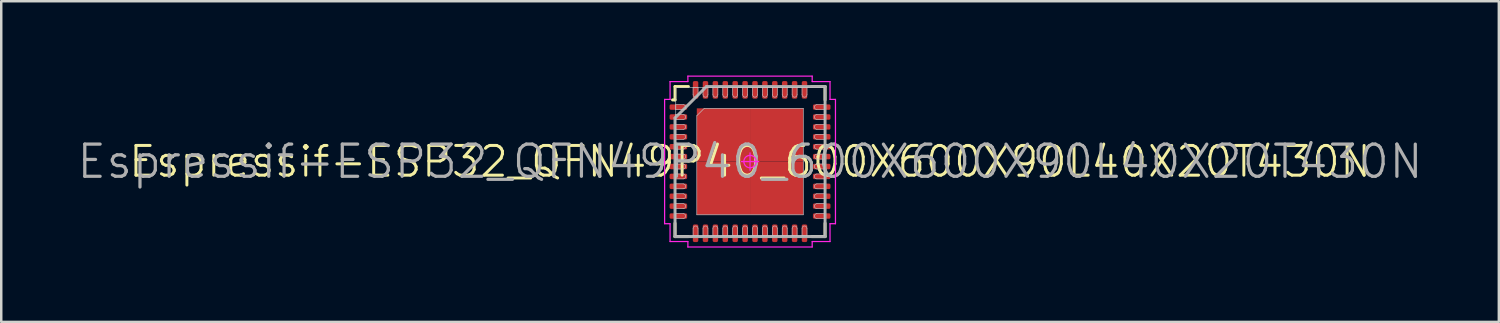
<source format=kicad_pcb>
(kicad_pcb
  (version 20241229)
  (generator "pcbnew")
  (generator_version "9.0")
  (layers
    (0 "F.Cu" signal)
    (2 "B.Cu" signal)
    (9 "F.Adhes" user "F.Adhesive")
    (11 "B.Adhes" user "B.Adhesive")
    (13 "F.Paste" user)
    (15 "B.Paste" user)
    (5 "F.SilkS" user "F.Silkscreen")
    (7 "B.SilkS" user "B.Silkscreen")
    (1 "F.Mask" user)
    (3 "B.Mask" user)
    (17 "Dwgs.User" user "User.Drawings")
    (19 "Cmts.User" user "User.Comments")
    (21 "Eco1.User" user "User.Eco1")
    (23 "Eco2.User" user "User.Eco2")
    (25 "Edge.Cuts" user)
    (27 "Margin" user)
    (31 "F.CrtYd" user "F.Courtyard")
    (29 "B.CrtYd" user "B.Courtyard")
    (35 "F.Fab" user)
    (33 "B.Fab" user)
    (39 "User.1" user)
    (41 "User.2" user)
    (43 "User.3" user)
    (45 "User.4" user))
  (footprint "Espressif-ESP32_QFN49P40_600X600X90L40X20T430N"
    (layer "F.Cu")
    (at 27.241 3.475)
    (property "Reference" "Espressif-ESP32_QFN49P40_600X600X90L40X20T430N" (at 0 0 0) (layer "F.SilkS") (effects (font (size 1.2 1.2) (thickness 0.12))))
    (attr smd)
    (fp_line (start -3.03 -3.03) (end -2.49 -3.03) (stroke (width 0.12) (type solid)) (layer "F.SilkS"))
    (fp_line (start -3.03 -2.49) (end -3.13 -2.49) (stroke (width 0.12) (type solid)) (layer "F.SilkS"))
    (fp_line (start -3.03 -2.49) (end -3.03 -3.03) (stroke (width 0.12) (type solid)) (layer "F.SilkS"))
    (fp_line (start -3.03 2.49) (end -3.03 3.03) (stroke (width 0.12) (type solid)) (layer "F.SilkS"))
    (fp_line (start -3.03 3.03) (end -2.49 3.03) (stroke (width 0.12) (type solid)) (layer "F.SilkS"))
    (fp_line (start 3.03 -3.03) (end 2.49 -3.03) (stroke (width 0.12) (type solid)) (layer "F.SilkS"))
    (fp_line (start 3.03 -2.49) (end 3.03 -3.03) (stroke (width 0.12) (type solid)) (layer "F.SilkS"))
    (fp_line (start 3.03 2.49) (end 3.03 3.03) (stroke (width 0.12) (type solid)) (layer "F.SilkS"))
    (fp_line (start 3.03 3.03) (end 2.49 3.03) (stroke (width 0.12) (type solid)) (layer "F.SilkS"))
    (fp_line (start -3 -3) (end 3 -3) (stroke (width 0.025) (type solid)) (layer "Dwgs.User"))
    (fp_line (start -3 -2.3) (end -3 -2.1) (stroke (width 0.025) (type solid)) (layer "Dwgs.User"))
    (fp_line (start -3 -2.1) (end -2.7 -2.1) (stroke (width 0.025) (type solid)) (layer "Dwgs.User"))
    (fp_line (start -3 -1.9) (end -3 -1.7) (stroke (width 0.025) (type solid)) (layer "Dwgs.User"))
    (fp_line (start -3 -1.7) (end -2.7 -1.7) (stroke (width 0.025) (type solid)) (layer "Dwgs.User"))
    (fp_line (start -3 -1.5) (end -3 -1.3) (stroke (width 0.025) (type solid)) (layer "Dwgs.User"))
    (fp_line (start -3 -1.3) (end -2.7 -1.3) (stroke (width 0.025) (type solid)) (layer "Dwgs.User"))
    (fp_line (start -3 -1.1) (end -3 -0.9) (stroke (width 0.025) (type solid)) (layer "Dwgs.User"))
    (fp_line (start -3 -0.9) (end -2.7 -0.9) (stroke (width 0.025) (type solid)) (layer "Dwgs.User"))
    (fp_line (start -3 -0.7) (end -3 -0.5) (stroke (width 0.025) (type solid)) (layer "Dwgs.User"))
    (fp_line (start -3 -0.5) (end -2.7 -0.5) (stroke (width 0.025) (type solid)) (layer "Dwgs.User"))
    (fp_line (start -3 -0.3) (end -3 -0.1) (stroke (width 0.025) (type solid)) (layer "Dwgs.User"))
    (fp_line (start -3 -0.1) (end -2.7 -0.1) (stroke (width 0.025) (type solid)) (layer "Dwgs.User"))
    (fp_line (start -3 0.1) (end -3 0.3) (stroke (width 0.025) (type solid)) (layer "Dwgs.User"))
    (fp_line (start -3 0.3) (end -2.7 0.3) (stroke (width 0.025) (type solid)) (layer "Dwgs.User"))
    (fp_line (start -3 0.5) (end -3 0.7) (stroke (width 0.025) (type solid)) (layer "Dwgs.User"))
    (fp_line (start -3 0.7) (end -2.7 0.7) (stroke (width 0.025) (type solid)) (layer "Dwgs.User"))
    (fp_line (start -3 0.9) (end -3 1.1) (stroke (width 0.025) (type solid)) (layer "Dwgs.User"))
    (fp_line (start -3 1.1) (end -2.7 1.1) (stroke (width 0.025) (type solid)) (layer "Dwgs.User"))
    (fp_line (start -3 1.3) (end -3 1.5) (stroke (width 0.025) (type solid)) (layer "Dwgs.User"))
    (fp_line (start -3 1.5) (end -2.7 1.5) (stroke (width 0.025) (type solid)) (layer "Dwgs.User"))
    (fp_line (start -3 1.7) (end -3 1.9) (stroke (width 0.025) (type solid)) (layer "Dwgs.User"))
    (fp_line (start -3 1.9) (end -2.7 1.9) (stroke (width 0.025) (type solid)) (layer "Dwgs.User"))
    (fp_line (start -3 2.1) (end -3 2.3) (stroke (width 0.025) (type solid)) (layer "Dwgs.User"))
    (fp_line (start -3 2.3) (end -2.7 2.3) (stroke (width 0.025) (type solid)) (layer "Dwgs.User"))
    (fp_line (start -3 3) (end -3 -3) (stroke (width 0.025) (type solid)) (layer "Dwgs.User"))
    (fp_line (start -2.7 -2.3) (end -3 -2.3) (stroke (width 0.025) (type solid)) (layer "Dwgs.User"))
    (fp_line (start -2.7 -1.9) (end -3 -1.9) (stroke (width 0.025) (type solid)) (layer "Dwgs.User"))
    (fp_line (start -2.7 -1.5) (end -3 -1.5) (stroke (width 0.025) (type solid)) (layer "Dwgs.User"))
    (fp_line (start -2.7 -1.1) (end -3 -1.1) (stroke (width 0.025) (type solid)) (layer "Dwgs.User"))
    (fp_line (start -2.7 -0.7) (end -3 -0.7) (stroke (width 0.025) (type solid)) (layer "Dwgs.User"))
    (fp_line (start -2.7 -0.3) (end -3 -0.3) (stroke (width 0.025) (type solid)) (layer "Dwgs.User"))
    (fp_line (start -2.7 0.1) (end -3 0.1) (stroke (width 0.025) (type solid)) (layer "Dwgs.User"))
    (fp_line (start -2.7 0.5) (end -3 0.5) (stroke (width 0.025) (type solid)) (layer "Dwgs.User"))
    (fp_line (start -2.7 0.9) (end -3 0.9) (stroke (width 0.025) (type solid)) (layer "Dwgs.User"))
    (fp_line (start -2.7 1.3) (end -3 1.3) (stroke (width 0.025) (type solid)) (layer "Dwgs.User"))
    (fp_line (start -2.7 1.7) (end -3 1.7) (stroke (width 0.025) (type solid)) (layer "Dwgs.User"))
    (fp_line (start -2.7 2.1) (end -3 2.1) (stroke (width 0.025) (type solid)) (layer "Dwgs.User"))
    (fp_line (start -2.3 -3) (end -2.3 -2.7) (stroke (width 0.025) (type solid)) (layer "Dwgs.User"))
    (fp_line (start -2.3 2.7) (end -2.3 3) (stroke (width 0.025) (type solid)) (layer "Dwgs.User"))
    (fp_line (start -2.3 3) (end -2.1 3) (stroke (width 0.025) (type solid)) (layer "Dwgs.User"))
    (fp_line (start -2.15 -1.85) (end -2.15 2.15) (stroke (width 0.025) (type solid)) (layer "Dwgs.User"))
    (fp_line (start -2.15 2.15) (end 2.15 2.15) (stroke (width 0.025) (type solid)) (layer "Dwgs.User"))
    (fp_line (start -2.1 -3) (end -2.3 -3) (stroke (width 0.025) (type solid)) (layer "Dwgs.User"))
    (fp_line (start -2.1 -2.7) (end -2.1 -3) (stroke (width 0.025) (type solid)) (layer "Dwgs.User"))
    (fp_line (start -2.1 3) (end -2.1 2.7) (stroke (width 0.025) (type solid)) (layer "Dwgs.User"))
    (fp_line (start -1.9 -3) (end -1.9 -2.7) (stroke (width 0.025) (type solid)) (layer "Dwgs.User"))
    (fp_line (start -1.9 2.7) (end -1.9 3) (stroke (width 0.025) (type solid)) (layer "Dwgs.User"))
    (fp_line (start -1.9 3) (end -1.7 3) (stroke (width 0.025) (type solid)) (layer "Dwgs.User"))
    (fp_line (start -1.85 -2.15) (end -2.15 -1.85) (stroke (width 0.025) (type solid)) (layer "Dwgs.User"))
    (fp_line (start -1.7 -3) (end -1.9 -3) (stroke (width 0.025) (type solid)) (layer "Dwgs.User"))
    (fp_line (start -1.7 -2.7) (end -1.7 -3) (stroke (width 0.025) (type solid)) (layer "Dwgs.User"))
    (fp_line (start -1.7 3) (end -1.7 2.7) (stroke (width 0.025) (type solid)) (layer "Dwgs.User"))
    (fp_line (start -1.5 -3) (end -1.5 -2.7) (stroke (width 0.025) (type solid)) (layer "Dwgs.User"))
    (fp_line (start -1.5 2.7) (end -1.5 3) (stroke (width 0.025) (type solid)) (layer "Dwgs.User"))
    (fp_line (start -1.5 3) (end -1.3 3) (stroke (width 0.025) (type solid)) (layer "Dwgs.User"))
    (fp_line (start -1.3 -3) (end -1.5 -3) (stroke (width 0.025) (type solid)) (layer "Dwgs.User"))
    (fp_line (start -1.3 -2.7) (end -1.3 -3) (stroke (width 0.025) (type solid)) (layer "Dwgs.User"))
    (fp_line (start -1.3 3) (end -1.3 2.7) (stroke (width 0.025) (type solid)) (layer "Dwgs.User"))
    (fp_line (start -1.1 -3) (end -1.1 -2.7) (stroke (width 0.025) (type solid)) (layer "Dwgs.User"))
    (fp_line (start -1.1 2.7) (end -1.1 3) (stroke (width 0.025) (type solid)) (layer "Dwgs.User"))
    (fp_line (start -1.1 3) (end -0.9 3) (stroke (width 0.025) (type solid)) (layer "Dwgs.User"))
    (fp_line (start -0.9 -3) (end -1.1 -3) (stroke (width 0.025) (type solid)) (layer "Dwgs.User"))
    (fp_line (start -0.9 -2.7) (end -0.9 -3) (stroke (width 0.025) (type solid)) (layer "Dwgs.User"))
    (fp_line (start -0.9 3) (end -0.9 2.7) (stroke (width 0.025) (type solid)) (layer "Dwgs.User"))
    (fp_line (start -0.7 -3) (end -0.7 -2.7) (stroke (width 0.025) (type solid)) (layer "Dwgs.User"))
    (fp_line (start -0.7 2.7) (end -0.7 3) (stroke (width 0.025) (type solid)) (layer "Dwgs.User"))
    (fp_line (start -0.7 3) (end -0.5 3) (stroke (width 0.025) (type solid)) (layer "Dwgs.User"))
    (fp_line (start -0.5 -3) (end -0.7 -3) (stroke (width 0.025) (type solid)) (layer "Dwgs.User"))
    (fp_line (start -0.5 -2.7) (end -0.5 -3) (stroke (width 0.025) (type solid)) (layer "Dwgs.User"))
    (fp_line (start -0.5 3) (end -0.5 2.7) (stroke (width 0.025) (type solid)) (layer "Dwgs.User"))
    (fp_line (start -0.3 -3) (end -0.3 -2.7) (stroke (width 0.025) (type solid)) (layer "Dwgs.User"))
    (fp_line (start -0.3 2.7) (end -0.3 3) (stroke (width 0.025) (type solid)) (layer "Dwgs.User"))
    (fp_line (start -0.3 3) (end -0.1 3) (stroke (width 0.025) (type solid)) (layer "Dwgs.User"))
    (fp_line (start -0.1 -3) (end -0.3 -3) (stroke (width 0.025) (type solid)) (layer "Dwgs.User"))
    (fp_line (start -0.1 -2.7) (end -0.1 -3) (stroke (width 0.025) (type solid)) (layer "Dwgs.User"))
    (fp_line (start -0.1 3) (end -0.1 2.7) (stroke (width 0.025) (type solid)) (layer "Dwgs.User"))
    (fp_line (start 0.1 -3) (end 0.1 -2.7) (stroke (width 0.025) (type solid)) (layer "Dwgs.User"))
    (fp_line (start 0.1 2.7) (end 0.1 3) (stroke (width 0.025) (type solid)) (layer "Dwgs.User"))
    (fp_line (start 0.1 3) (end 0.3 3) (stroke (width 0.025) (type solid)) (layer "Dwgs.User"))
    (fp_line (start 0.3 -3) (end 0.1 -3) (stroke (width 0.025) (type solid)) (layer "Dwgs.User"))
    (fp_line (start 0.3 -2.7) (end 0.3 -3) (stroke (width 0.025) (type solid)) (layer "Dwgs.User"))
    (fp_line (start 0.3 3) (end 0.3 2.7) (stroke (width 0.025) (type solid)) (layer "Dwgs.User"))
    (fp_line (start 0.5 -3) (end 0.5 -2.7) (stroke (width 0.025) (type solid)) (layer "Dwgs.User"))
    (fp_line (start 0.5 2.7) (end 0.5 3) (stroke (width 0.025) (type solid)) (layer "Dwgs.User"))
    (fp_line (start 0.5 3) (end 0.7 3) (stroke (width 0.025) (type solid)) (layer "Dwgs.User"))
    (fp_line (start 0.7 -3) (end 0.5 -3) (stroke (width 0.025) (type solid)) (layer "Dwgs.User"))
    (fp_line (start 0.7 -2.7) (end 0.7 -3) (stroke (width 0.025) (type solid)) (layer "Dwgs.User"))
    (fp_line (start 0.7 3) (end 0.7 2.7) (stroke (width 0.025) (type solid)) (layer "Dwgs.User"))
    (fp_line (start 0.9 -3) (end 0.9 -2.7) (stroke (width 0.025) (type solid)) (layer "Dwgs.User"))
    (fp_line (start 0.9 2.7) (end 0.9 3) (stroke (width 0.025) (type solid)) (layer "Dwgs.User"))
    (fp_line (start 0.9 3) (end 1.1 3) (stroke (width 0.025) (type solid)) (layer "Dwgs.User"))
    (fp_line (start 1.1 -3) (end 0.9 -3) (stroke (width 0.025) (type solid)) (layer "Dwgs.User"))
    (fp_line (start 1.1 -2.7) (end 1.1 -3) (stroke (width 0.025) (type solid)) (layer "Dwgs.User"))
    (fp_line (start 1.1 3) (end 1.1 2.7) (stroke (width 0.025) (type solid)) (layer "Dwgs.User"))
    (fp_line (start 1.3 -3) (end 1.3 -2.7) (stroke (width 0.025) (type solid)) (layer "Dwgs.User"))
    (fp_line (start 1.3 2.7) (end 1.3 3) (stroke (width 0.025) (type solid)) (layer "Dwgs.User"))
    (fp_line (start 1.3 3) (end 1.5 3) (stroke (width 0.025) (type solid)) (layer "Dwgs.User"))
    (fp_line (start 1.5 -3) (end 1.3 -3) (stroke (width 0.025) (type solid)) (layer "Dwgs.User"))
    (fp_line (start 1.5 -2.7) (end 1.5 -3) (stroke (width 0.025) (type solid)) (layer "Dwgs.User"))
    (fp_line (start 1.5 3) (end 1.5 2.7) (stroke (width 0.025) (type solid)) (layer "Dwgs.User"))
    (fp_line (start 1.7 -3) (end 1.7 -2.7) (stroke (width 0.025) (type solid)) (layer "Dwgs.User"))
    (fp_line (start 1.7 2.7) (end 1.7 3) (stroke (width 0.025) (type solid)) (layer "Dwgs.User"))
    (fp_line (start 1.7 3) (end 1.9 3) (stroke (width 0.025) (type solid)) (layer "Dwgs.User"))
    (fp_line (start 1.9 -3) (end 1.7 -3) (stroke (width 0.025) (type solid)) (layer "Dwgs.User"))
    (fp_line (start 1.9 -2.7) (end 1.9 -3) (stroke (width 0.025) (type solid)) (layer "Dwgs.User"))
    (fp_line (start 1.9 3) (end 1.9 2.7) (stroke (width 0.025) (type solid)) (layer "Dwgs.User"))
    (fp_line (start 2.1 -3) (end 2.1 -2.7) (stroke (width 0.025) (type solid)) (layer "Dwgs.User"))
    (fp_line (start 2.1 2.7) (end 2.1 3) (stroke (width 0.025) (type solid)) (layer "Dwgs.User"))
    (fp_line (start 2.1 3) (end 2.3 3) (stroke (width 0.025) (type solid)) (layer "Dwgs.User"))
    (fp_line (start 2.15 -2.15) (end -1.85 -2.15) (stroke (width 0.025) (type solid)) (layer "Dwgs.User"))
    (fp_line (start 2.15 2.15) (end 2.15 -2.15) (stroke (width 0.025) (type solid)) (layer "Dwgs.User"))
    (fp_line (start 2.3 -3) (end 2.1 -3) (stroke (width 0.025) (type solid)) (layer "Dwgs.User"))
    (fp_line (start 2.3 -2.7) (end 2.3 -3) (stroke (width 0.025) (type solid)) (layer "Dwgs.User"))
    (fp_line (start 2.3 3) (end 2.3 2.7) (stroke (width 0.025) (type solid)) (layer "Dwgs.User"))
    (fp_line (start 2.7 -2.1) (end 3 -2.1) (stroke (width 0.025) (type solid)) (layer "Dwgs.User"))
    (fp_line (start 2.7 -1.7) (end 3 -1.7) (stroke (width 0.025) (type solid)) (layer "Dwgs.User"))
    (fp_line (start 2.7 -1.3) (end 3 -1.3) (stroke (width 0.025) (type solid)) (layer "Dwgs.User"))
    (fp_line (start 2.7 -0.9) (end 3 -0.9) (stroke (width 0.025) (type solid)) (layer "Dwgs.User"))
    (fp_line (start 2.7 -0.5) (end 3 -0.5) (stroke (width 0.025) (type solid)) (layer "Dwgs.User"))
    (fp_line (start 2.7 -0.1) (end 3 -0.1) (stroke (width 0.025) (type solid)) (layer "Dwgs.User"))
    (fp_line (start 2.7 0.3) (end 3 0.3) (stroke (width 0.025) (type solid)) (layer "Dwgs.User"))
    (fp_line (start 2.7 0.7) (end 3 0.7) (stroke (width 0.025) (type solid)) (layer "Dwgs.User"))
    (fp_line (start 2.7 1.1) (end 3 1.1) (stroke (width 0.025) (type solid)) (layer "Dwgs.User"))
    (fp_line (start 2.7 1.5) (end 3 1.5) (stroke (width 0.025) (type solid)) (layer "Dwgs.User"))
    (fp_line (start 2.7 1.9) (end 3 1.9) (stroke (width 0.025) (type solid)) (layer "Dwgs.User"))
    (fp_line (start 2.7 2.3) (end 3 2.3) (stroke (width 0.025) (type solid)) (layer "Dwgs.User"))
    (fp_line (start 3 -3) (end 3 3) (stroke (width 0.025) (type solid)) (layer "Dwgs.User"))
    (fp_line (start 3 -2.3) (end 2.7 -2.3) (stroke (width 0.025) (type solid)) (layer "Dwgs.User"))
    (fp_line (start 3 -2.1) (end 3 -2.3) (stroke (width 0.025) (type solid)) (layer "Dwgs.User"))
    (fp_line (start 3 -1.9) (end 2.7 -1.9) (stroke (width 0.025) (type solid)) (layer "Dwgs.User"))
    (fp_line (start 3 -1.7) (end 3 -1.9) (stroke (width 0.025) (type solid)) (layer "Dwgs.User"))
    (fp_line (start 3 -1.5) (end 2.7 -1.5) (stroke (width 0.025) (type solid)) (layer "Dwgs.User"))
    (fp_line (start 3 -1.3) (end 3 -1.5) (stroke (width 0.025) (type solid)) (layer "Dwgs.User"))
    (fp_line (start 3 -1.1) (end 2.7 -1.1) (stroke (width 0.025) (type solid)) (layer "Dwgs.User"))
    (fp_line (start 3 -0.9) (end 3 -1.1) (stroke (width 0.025) (type solid)) (layer "Dwgs.User"))
    (fp_line (start 3 -0.7) (end 2.7 -0.7) (stroke (width 0.025) (type solid)) (layer "Dwgs.User"))
    (fp_line (start 3 -0.5) (end 3 -0.7) (stroke (width 0.025) (type solid)) (layer "Dwgs.User"))
    (fp_line (start 3 -0.3) (end 2.7 -0.3) (stroke (width 0.025) (type solid)) (layer "Dwgs.User"))
    (fp_line (start 3 -0.1) (end 3 -0.3) (stroke (width 0.025) (type solid)) (layer "Dwgs.User"))
    (fp_line (start 3 0.1) (end 2.7 0.1) (stroke (width 0.025) (type solid)) (layer "Dwgs.User"))
    (fp_line (start 3 0.3) (end 3 0.1) (stroke (width 0.025) (type solid)) (layer "Dwgs.User"))
    (fp_line (start 3 0.5) (end 2.7 0.5) (stroke (width 0.025) (type solid)) (layer "Dwgs.User"))
    (fp_line (start 3 0.7) (end 3 0.5) (stroke (width 0.025) (type solid)) (layer "Dwgs.User"))
    (fp_line (start 3 0.9) (end 2.7 0.9) (stroke (width 0.025) (type solid)) (layer "Dwgs.User"))
    (fp_line (start 3 1.1) (end 3 0.9) (stroke (width 0.025) (type solid)) (layer "Dwgs.User"))
    (fp_line (start 3 1.3) (end 2.7 1.3) (stroke (width 0.025) (type solid)) (layer "Dwgs.User"))
    (fp_line (start 3 1.5) (end 3 1.3) (stroke (width 0.025) (type solid)) (layer "Dwgs.User"))
    (fp_line (start 3 1.7) (end 2.7 1.7) (stroke (width 0.025) (type solid)) (layer "Dwgs.User"))
    (fp_line (start 3 1.9) (end 3 1.7) (stroke (width 0.025) (type solid)) (layer "Dwgs.User"))
    (fp_line (start 3 2.1) (end 2.7 2.1) (stroke (width 0.025) (type solid)) (layer "Dwgs.User"))
    (fp_line (start 3 2.3) (end 3 2.1) (stroke (width 0.025) (type solid)) (layer "Dwgs.User"))
    (fp_line (start 3 3) (end -3 3) (stroke (width 0.025) (type solid)) (layer "Dwgs.User"))
    (fp_arc (start -2.7 -2.3) (mid -2.6 -2.2) (end -2.7 -2.1) (stroke (width 0.025) (type solid)) (layer "Dwgs.User"))
    (fp_arc (start -2.7 -1.9) (mid -2.6 -1.8) (end -2.7 -1.7) (stroke (width 0.025) (type solid)) (layer "Dwgs.User"))
    (fp_arc (start -2.7 -1.5) (mid -2.6 -1.4) (end -2.7 -1.3) (stroke (width 0.025) (type solid)) (layer "Dwgs.User"))
    (fp_arc (start -2.7 -1.1) (mid -2.6 -1) (end -2.7 -0.9) (stroke (width 0.025) (type solid)) (layer "Dwgs.User"))
    (fp_arc (start -2.7 -0.7) (mid -2.6 -0.6) (end -2.7 -0.5) (stroke (width 0.025) (type solid)) (layer "Dwgs.User"))
    (fp_arc (start -2.7 -0.3) (mid -2.6 -0.2) (end -2.7 -0.1) (stroke (width 0.025) (type solid)) (layer "Dwgs.User"))
    (fp_arc (start -2.7 0.1) (mid -2.6 0.2) (end -2.7 0.3) (stroke (width 0.025) (type solid)) (layer "Dwgs.User"))
    (fp_arc (start -2.7 0.5) (mid -2.6 0.6) (end -2.7 0.7) (stroke (width 0.025) (type solid)) (layer "Dwgs.User"))
    (fp_arc (start -2.7 0.9) (mid -2.6 1) (end -2.7 1.1) (stroke (width 0.025) (type solid)) (layer "Dwgs.User"))
    (fp_arc (start -2.7 1.3) (mid -2.6 1.4) (end -2.7 1.5) (stroke (width 0.025) (type solid)) (layer "Dwgs.User"))
    (fp_arc (start -2.7 1.7) (mid -2.6 1.8) (end -2.7 1.9) (stroke (width 0.025) (type solid)) (layer "Dwgs.User"))
    (fp_arc (start -2.7 2.1) (mid -2.6 2.2) (end -2.7 2.3) (stroke (width 0.025) (type solid)) (layer "Dwgs.User"))
    (fp_arc (start -2.3 2.7) (mid -2.2 2.6) (end -2.1 2.7) (stroke (width 0.025) (type solid)) (layer "Dwgs.User"))
    (fp_arc (start -2.1 -2.7) (mid -2.2 -2.6) (end -2.3 -2.7) (stroke (width 0.025) (type solid)) (layer "Dwgs.User"))
    (fp_arc (start -1.9 2.7) (mid -1.8 2.6) (end -1.7 2.7) (stroke (width 0.025) (type solid)) (layer "Dwgs.User"))
    (fp_arc (start -1.7 -2.7) (mid -1.8 -2.6) (end -1.9 -2.7) (stroke (width 0.025) (type solid)) (layer "Dwgs.User"))
    (fp_arc (start -1.5 2.7) (mid -1.4 2.6) (end -1.3 2.7) (stroke (width 0.025) (type solid)) (layer "Dwgs.User"))
    (fp_arc (start -1.3 -2.7) (mid -1.4 -2.6) (end -1.5 -2.7) (stroke (width 0.025) (type solid)) (layer "Dwgs.User"))
    (fp_arc (start -1.1 2.7) (mid -1 2.6) (end -0.9 2.7) (stroke (width 0.025) (type solid)) (layer "Dwgs.User"))
    (fp_arc (start -0.9 -2.7) (mid -1 -2.6) (end -1.1 -2.7) (stroke (width 0.025) (type solid)) (layer "Dwgs.User"))
    (fp_arc (start -0.7 2.7) (mid -0.6 2.6) (end -0.5 2.7) (stroke (width 0.025) (type solid)) (layer "Dwgs.User"))
    (fp_arc (start -0.5 -2.7) (mid -0.6 -2.6) (end -0.7 -2.7) (stroke (width 0.025) (type solid)) (layer "Dwgs.User"))
    (fp_arc (start -0.3 2.7) (mid -0.2 2.6) (end -0.1 2.7) (stroke (width 0.025) (type solid)) (layer "Dwgs.User"))
    (fp_arc (start -0.1 -2.7) (mid -0.2 -2.6) (end -0.3 -2.7) (stroke (width 0.025) (type solid)) (layer "Dwgs.User"))
    (fp_arc (start 0.1 2.7) (mid 0.2 2.6) (end 0.3 2.7) (stroke (width 0.025) (type solid)) (layer "Dwgs.User"))
    (fp_arc (start 0.3 -2.7) (mid 0.2 -2.6) (end 0.1 -2.7) (stroke (width 0.025) (type solid)) (layer "Dwgs.User"))
    (fp_arc (start 0.5 2.7) (mid 0.6 2.6) (end 0.7 2.7) (stroke (width 0.025) (type solid)) (layer "Dwgs.User"))
    (fp_arc (start 0.7 -2.7) (mid 0.6 -2.6) (end 0.5 -2.7) (stroke (width 0.025) (type solid)) (layer "Dwgs.User"))
    (fp_arc (start 0.9 2.7) (mid 1 2.6) (end 1.1 2.7) (stroke (width 0.025) (type solid)) (layer "Dwgs.User"))
    (fp_arc (start 1.1 -2.7) (mid 1 -2.6) (end 0.9 -2.7) (stroke (width 0.025) (type solid)) (layer "Dwgs.User"))
    (fp_arc (start 1.3 2.7) (mid 1.4 2.6) (end 1.5 2.7) (stroke (width 0.025) (type solid)) (layer "Dwgs.User"))
    (fp_arc (start 1.5 -2.7) (mid 1.4 -2.6) (end 1.3 -2.7) (stroke (width 0.025) (type solid)) (layer "Dwgs.User"))
    (fp_arc (start 1.7 2.7) (mid 1.8 2.6) (end 1.9 2.7) (stroke (width 0.025) (type solid)) (layer "Dwgs.User"))
    (fp_arc (start 1.9 -2.7) (mid 1.8 -2.6) (end 1.7 -2.7) (stroke (width 0.025) (type solid)) (layer "Dwgs.User"))
    (fp_arc (start 2.1 2.7) (mid 2.2 2.6) (end 2.3 2.7) (stroke (width 0.025) (type solid)) (layer "Dwgs.User"))
    (fp_arc (start 2.3 -2.7) (mid 2.2 -2.6) (end 2.1 -2.7) (stroke (width 0.025) (type solid)) (layer "Dwgs.User"))
    (fp_arc (start 2.7 -2.1) (mid 2.6 -2.2) (end 2.7 -2.3) (stroke (width 0.025) (type solid)) (layer "Dwgs.User"))
    (fp_arc (start 2.7 -1.7) (mid 2.6 -1.8) (end 2.7 -1.9) (stroke (width 0.025) (type solid)) (layer "Dwgs.User"))
    (fp_arc (start 2.7 -1.3) (mid 2.6 -1.4) (end 2.7 -1.5) (stroke (width 0.025) (type solid)) (layer "Dwgs.User"))
    (fp_arc (start 2.7 -0.9) (mid 2.6 -1) (end 2.7 -1.1) (stroke (width 0.025) (type solid)) (layer "Dwgs.User"))
    (fp_arc (start 2.7 -0.5) (mid 2.6 -0.6) (end 2.7 -0.7) (stroke (width 0.025) (type solid)) (layer "Dwgs.User"))
    (fp_arc (start 2.7 -0.1) (mid 2.6 -0.2) (end 2.7 -0.3) (stroke (width 0.025) (type solid)) (layer "Dwgs.User"))
    (fp_arc (start 2.7 0.3) (mid 2.6 0.2) (end 2.7 0.1) (stroke (width 0.025) (type solid)) (layer "Dwgs.User"))
    (fp_arc (start 2.7 0.7) (mid 2.6 0.6) (end 2.7 0.5) (stroke (width 0.025) (type solid)) (layer "Dwgs.User"))
    (fp_arc (start 2.7 1.1) (mid 2.6 1) (end 2.7 0.9) (stroke (width 0.025) (type solid)) (layer "Dwgs.User"))
    (fp_arc (start 2.7 1.5) (mid 2.6 1.4) (end 2.7 1.3) (stroke (width 0.025) (type solid)) (layer "Dwgs.User"))
    (fp_arc (start 2.7 1.9) (mid 2.6 1.8) (end 2.7 1.7) (stroke (width 0.025) (type solid)) (layer "Dwgs.User"))
    (fp_arc (start 2.7 2.3) (mid 2.6 2.2) (end 2.7 2.1) (stroke (width 0.025) (type solid)) (layer "Dwgs.User"))
    (fp_line (start -3.45 -2.51) (end -3.45 2.51) (stroke (width 0.05) (type solid)) (layer "F.CrtYd"))
    (fp_line (start -3.45 2.51) (end -3.23 2.51) (stroke (width 0.05) (type solid)) (layer "F.CrtYd"))
    (fp_line (start -3.23 -3.23) (end -3.23 -2.51) (stroke (width 0.05) (type solid)) (layer "F.CrtYd"))
    (fp_line (start -3.23 -2.51) (end -3.45 -2.51) (stroke (width 0.05) (type solid)) (layer "F.CrtYd"))
    (fp_line (start -3.23 2.51) (end -3.23 3.23) (stroke (width 0.05) (type solid)) (layer "F.CrtYd"))
    (fp_line (start -3.23 3.23) (end -2.51 3.23) (stroke (width 0.05) (type solid)) (layer "F.CrtYd"))
    (fp_line (start -2.51 -3.45) (end -2.51 -3.23) (stroke (width 0.05) (type solid)) (layer "F.CrtYd"))
    (fp_line (start -2.51 -3.23) (end -3.23 -3.23) (stroke (width 0.05) (type solid)) (layer "F.CrtYd"))
    (fp_line (start -2.51 3.23) (end -2.51 3.45) (stroke (width 0.05) (type solid)) (layer "F.CrtYd"))
    (fp_line (start -2.51 3.45) (end 2.51 3.45) (stroke (width 0.05) (type solid)) (layer "F.CrtYd"))
    (fp_line (start 0 -0.35) (end 0 0.35) (stroke (width 0.05) (type solid)) (layer "F.CrtYd"))
    (fp_line (start 0.35 0) (end -0.35 0) (stroke (width 0.05) (type solid)) (layer "F.CrtYd"))
    (fp_line (start 2.51 -3.45) (end -2.51 -3.45) (stroke (width 0.05) (type solid)) (layer "F.CrtYd"))
    (fp_line (start 2.51 -3.23) (end 2.51 -3.45) (stroke (width 0.05) (type solid)) (layer "F.CrtYd"))
    (fp_line (start 2.51 3.23) (end 3.23 3.23) (stroke (width 0.05) (type solid)) (layer "F.CrtYd"))
    (fp_line (start 2.51 3.45) (end 2.51 3.23) (stroke (width 0.05) (type solid)) (layer "F.CrtYd"))
    (fp_line (start 3.23 -3.23) (end 2.51 -3.23) (stroke (width 0.05) (type solid)) (layer "F.CrtYd"))
    (fp_line (start 3.23 -2.51) (end 3.23 -3.23) (stroke (width 0.05) (type solid)) (layer "F.CrtYd"))
    (fp_line (start 3.23 2.51) (end 3.45 2.51) (stroke (width 0.05) (type solid)) (layer "F.CrtYd"))
    (fp_line (start 3.23 3.23) (end 3.23 2.51) (stroke (width 0.05) (type solid)) (layer "F.CrtYd"))
    (fp_line (start 3.45 -2.51) (end 3.23 -2.51) (stroke (width 0.05) (type solid)) (layer "F.CrtYd"))
    (fp_line (start 3.45 2.51) (end 3.45 -2.51) (stroke (width 0.05) (type solid)) (layer "F.CrtYd"))
    (fp_circle (center 0 0) (end 0 0.25) (stroke (width 0.05) (type solid)) (fill no) (layer "F.CrtYd"))
    (fp_line (start -3.03 -1.76) (end -1.76 -3.03) (stroke (width 0.12) (type solid)) (layer "F.Fab"))
    (fp_line (start -3.03 3.03) (end -3.03 -1.76) (stroke (width 0.12) (type solid)) (layer "F.Fab"))
    (fp_line (start -1.76 -3.03) (end 3.03 -3.03) (stroke (width 0.12) (type solid)) (layer "F.Fab"))
    (fp_line (start 3.03 -3.03) (end 3.03 3.03) (stroke (width 0.12) (type solid)) (layer "F.Fab"))
    (fp_line (start 3.03 3.03) (end -3.03 3.03) (stroke (width 0.12) (type solid)) (layer "F.Fab"))
    (fp_text user "${REFERENCE}" (at 0 0 0) (layer "F.Fab") (effects (font (size 1.3 1.3) (thickness 0.13))))
    (pad "" smd rect (at -1.075 -1.075) (size 1.52 1.52) (layers "F.Paste"))
    (pad "" smd rect (at -1.075 1.075) (size 1.52 1.52) (layers "F.Paste"))
    (pad "" smd rect (at 1.075 -1.075) (size 1.52 1.52) (layers "F.Paste"))
    (pad "" smd rect (at 1.075 1.075) (size 1.52 1.52) (layers "F.Paste"))
    (pad "1" smd roundrect (at -2.895 -2.2) (size 0.71 0.22) (layers "F.Cu" "F.Mask" "F.Paste") (roundrect_rratio 0.273))
    (pad "2" smd roundrect (at -2.895 -1.8) (size 0.71 0.22) (layers "F.Cu" "F.Mask" "F.Paste") (roundrect_rratio 0.273))
    (pad "3" smd roundrect (at -2.895 -1.4) (size 0.71 0.22) (layers "F.Cu" "F.Mask" "F.Paste") (roundrect_rratio 0.273))
    (pad "4" smd roundrect (at -2.895 -1) (size 0.71 0.22) (layers "F.Cu" "F.Mask" "F.Paste") (roundrect_rratio 0.273))
    (pad "5" smd roundrect (at -2.895 -0.6) (size 0.71 0.22) (layers "F.Cu" "F.Mask" "F.Paste") (roundrect_rratio 0.273))
    (pad "6" smd roundrect (at -2.895 -0.2) (size 0.71 0.22) (layers "F.Cu" "F.Mask" "F.Paste") (roundrect_rratio 0.273))
    (pad "7" smd roundrect (at -2.895 0.2) (size 0.71 0.22) (layers "F.Cu" "F.Mask" "F.Paste") (roundrect_rratio 0.273))
    (pad "8" smd roundrect (at -2.895 0.6) (size 0.71 0.22) (layers "F.Cu" "F.Mask" "F.Paste") (roundrect_rratio 0.273))
    (pad "9" smd roundrect (at -2.895 1) (size 0.71 0.22) (layers "F.Cu" "F.Mask" "F.Paste") (roundrect_rratio 0.273))
    (pad "10" smd roundrect (at -2.895 1.4) (size 0.71 0.22) (layers "F.Cu" "F.Mask" "F.Paste") (roundrect_rratio 0.273))
    (pad "11" smd roundrect (at -2.895 1.8) (size 0.71 0.22) (layers "F.Cu" "F.Mask" "F.Paste") (roundrect_rratio 0.273))
    (pad "12" smd roundrect (at -2.895 2.2) (size 0.71 0.22) (layers "F.Cu" "F.Mask" "F.Paste") (roundrect_rratio 0.273))
    (pad "13" smd roundrect (at -2.2 2.895 90) (size 0.71 0.22) (layers "F.Cu" "F.Mask" "F.Paste") (roundrect_rratio 0.273))
    (pad "14" smd roundrect (at -1.8 2.895 90) (size 0.71 0.22) (layers "F.Cu" "F.Mask" "F.Paste") (roundrect_rratio 0.273))
    (pad "15" smd roundrect (at -1.4 2.895 90) (size 0.71 0.22) (layers "F.Cu" "F.Mask" "F.Paste") (roundrect_rratio 0.273))
    (pad "16" smd roundrect (at -1 2.895 90) (size 0.71 0.22) (layers "F.Cu" "F.Mask" "F.Paste") (roundrect_rratio 0.273))
    (pad "17" smd roundrect (at -0.6 2.895 90) (size 0.71 0.22) (layers "F.Cu" "F.Mask" "F.Paste") (roundrect_rratio 0.273))
    (pad "18" smd roundrect (at -0.2 2.895 90) (size 0.71 0.22) (layers "F.Cu" "F.Mask" "F.Paste") (roundrect_rratio 0.273))
    (pad "19" smd roundrect (at 0.2 2.895 90) (size 0.71 0.22) (layers "F.Cu" "F.Mask" "F.Paste") (roundrect_rratio 0.273))
    (pad "20" smd roundrect (at 0.6 2.895 90) (size 0.71 0.22) (layers "F.Cu" "F.Mask" "F.Paste") (roundrect_rratio 0.273))
    (pad "21" smd roundrect (at 1 2.895 90) (size 0.71 0.22) (layers "F.Cu" "F.Mask" "F.Paste") (roundrect_rratio 0.273))
    (pad "22" smd roundrect (at 1.4 2.895 90) (size 0.71 0.22) (layers "F.Cu" "F.Mask" "F.Paste") (roundrect_rratio 0.273))
    (pad "23" smd roundrect (at 1.8 2.895 90) (size 0.71 0.22) (layers "F.Cu" "F.Mask" "F.Paste") (roundrect_rratio 0.273))
    (pad "24" smd roundrect (at 2.2 2.895 90) (size 0.71 0.22) (layers "F.Cu" "F.Mask" "F.Paste") (roundrect_rratio 0.273))
    (pad "25" smd roundrect (at 2.895 2.2) (size 0.71 0.22) (layers "F.Cu" "F.Mask" "F.Paste") (roundrect_rratio 0.273))
    (pad "26" smd roundrect (at 2.895 1.8) (size 0.71 0.22) (layers "F.Cu" "F.Mask" "F.Paste") (roundrect_rratio 0.273))
    (pad "27" smd roundrect (at 2.895 1.4) (size 0.71 0.22) (layers "F.Cu" "F.Mask" "F.Paste") (roundrect_rratio 0.273))
    (pad "28" smd roundrect (at 2.895 1) (size 0.71 0.22) (layers "F.Cu" "F.Mask" "F.Paste") (roundrect_rratio 0.273))
    (pad "29" smd roundrect (at 2.895 0.6) (size 0.71 0.22) (layers "F.Cu" "F.Mask" "F.Paste") (roundrect_rratio 0.273))
    (pad "30" smd roundrect (at 2.895 0.2) (size 0.71 0.22) (layers "F.Cu" "F.Mask" "F.Paste") (roundrect_rratio 0.273))
    (pad "31" smd roundrect (at 2.895 -0.2) (size 0.71 0.22) (layers "F.Cu" "F.Mask" "F.Paste") (roundrect_rratio 0.273))
    (pad "32" smd roundrect (at 2.895 -0.6) (size 0.71 0.22) (layers "F.Cu" "F.Mask" "F.Paste") (roundrect_rratio 0.273))
    (pad "33" smd roundrect (at 2.895 -1) (size 0.71 0.22) (layers "F.Cu" "F.Mask" "F.Paste") (roundrect_rratio 0.273))
    (pad "34" smd roundrect (at 2.895 -1.4) (size 0.71 0.22) (layers "F.Cu" "F.Mask" "F.Paste") (roundrect_rratio 0.273))
    (pad "35" smd roundrect (at 2.895 -1.8) (size 0.71 0.22) (layers "F.Cu" "F.Mask" "F.Paste") (roundrect_rratio 0.273))
    (pad "36" smd roundrect (at 2.895 -2.2) (size 0.71 0.22) (layers "F.Cu" "F.Mask" "F.Paste") (roundrect_rratio 0.273))
    (pad "37" smd roundrect (at 2.2 -2.895 90) (size 0.71 0.22) (layers "F.Cu" "F.Mask" "F.Paste") (roundrect_rratio 0.273))
    (pad "38" smd roundrect (at 1.8 -2.895 90) (size 0.71 0.22) (layers "F.Cu" "F.Mask" "F.Paste") (roundrect_rratio 0.273))
    (pad "39" smd roundrect (at 1.4 -2.895 90) (size 0.71 0.22) (layers "F.Cu" "F.Mask" "F.Paste") (roundrect_rratio 0.273))
    (pad "40" smd roundrect (at 1 -2.895 90) (size 0.71 0.22) (layers "F.Cu" "F.Mask" "F.Paste") (roundrect_rratio 0.273))
    (pad "41" smd roundrect (at 0.6 -2.895 90) (size 0.71 0.22) (layers "F.Cu" "F.Mask" "F.Paste") (roundrect_rratio 0.273))
    (pad "42" smd roundrect (at 0.2 -2.895 90) (size 0.71 0.22) (layers "F.Cu" "F.Mask" "F.Paste") (roundrect_rratio 0.273))
    (pad "43" smd roundrect (at -0.2 -2.895 90) (size 0.71 0.22) (layers "F.Cu" "F.Mask" "F.Paste") (roundrect_rratio 0.273))
    (pad "44" smd roundrect (at -0.6 -2.895 90) (size 0.71 0.22) (layers "F.Cu" "F.Mask" "F.Paste") (roundrect_rratio 0.273))
    (pad "45" smd roundrect (at -1 -2.895 90) (size 0.71 0.22) (layers "F.Cu" "F.Mask" "F.Paste") (roundrect_rratio 0.273))
    (pad "46" smd roundrect (at -1.4 -2.895 90) (size 0.71 0.22) (layers "F.Cu" "F.Mask" "F.Paste") (roundrect_rratio 0.273))
    (pad "47" smd roundrect (at -1.8 -2.895 90) (size 0.71 0.22) (layers "F.Cu" "F.Mask" "F.Paste") (roundrect_rratio 0.273))
    (pad "48" smd roundrect (at -2.2 -2.895 90) (size 0.71 0.22) (layers "F.Cu" "F.Mask" "F.Paste") (roundrect_rratio 0.273))
    (pad "49" smd rect (at -1.075 -1.075) (size 2.15 2.15) (layers "F.Cu" "F.Mask" "F.Paste"))
    (pad "49" smd rect (at -1.075 1.075) (size 2.15 2.15) (layers "F.Cu" "F.Mask" "F.Paste"))
    (pad "49" smd rect (at 1.075 -1.075) (size 2.15 2.15) (layers "F.Cu" "F.Mask" "F.Paste"))
    (pad "49" smd rect (at 1.075 1.075) (size 2.15 2.15) (layers "F.Cu" "F.Mask" "F.Paste")))
  (gr_rect
    (start -3 -3)
    (end 57.482 9.95)
    (stroke (width 0.1) (type default))
    (fill no)
    (layer "Edge.Cuts")))
</source>
